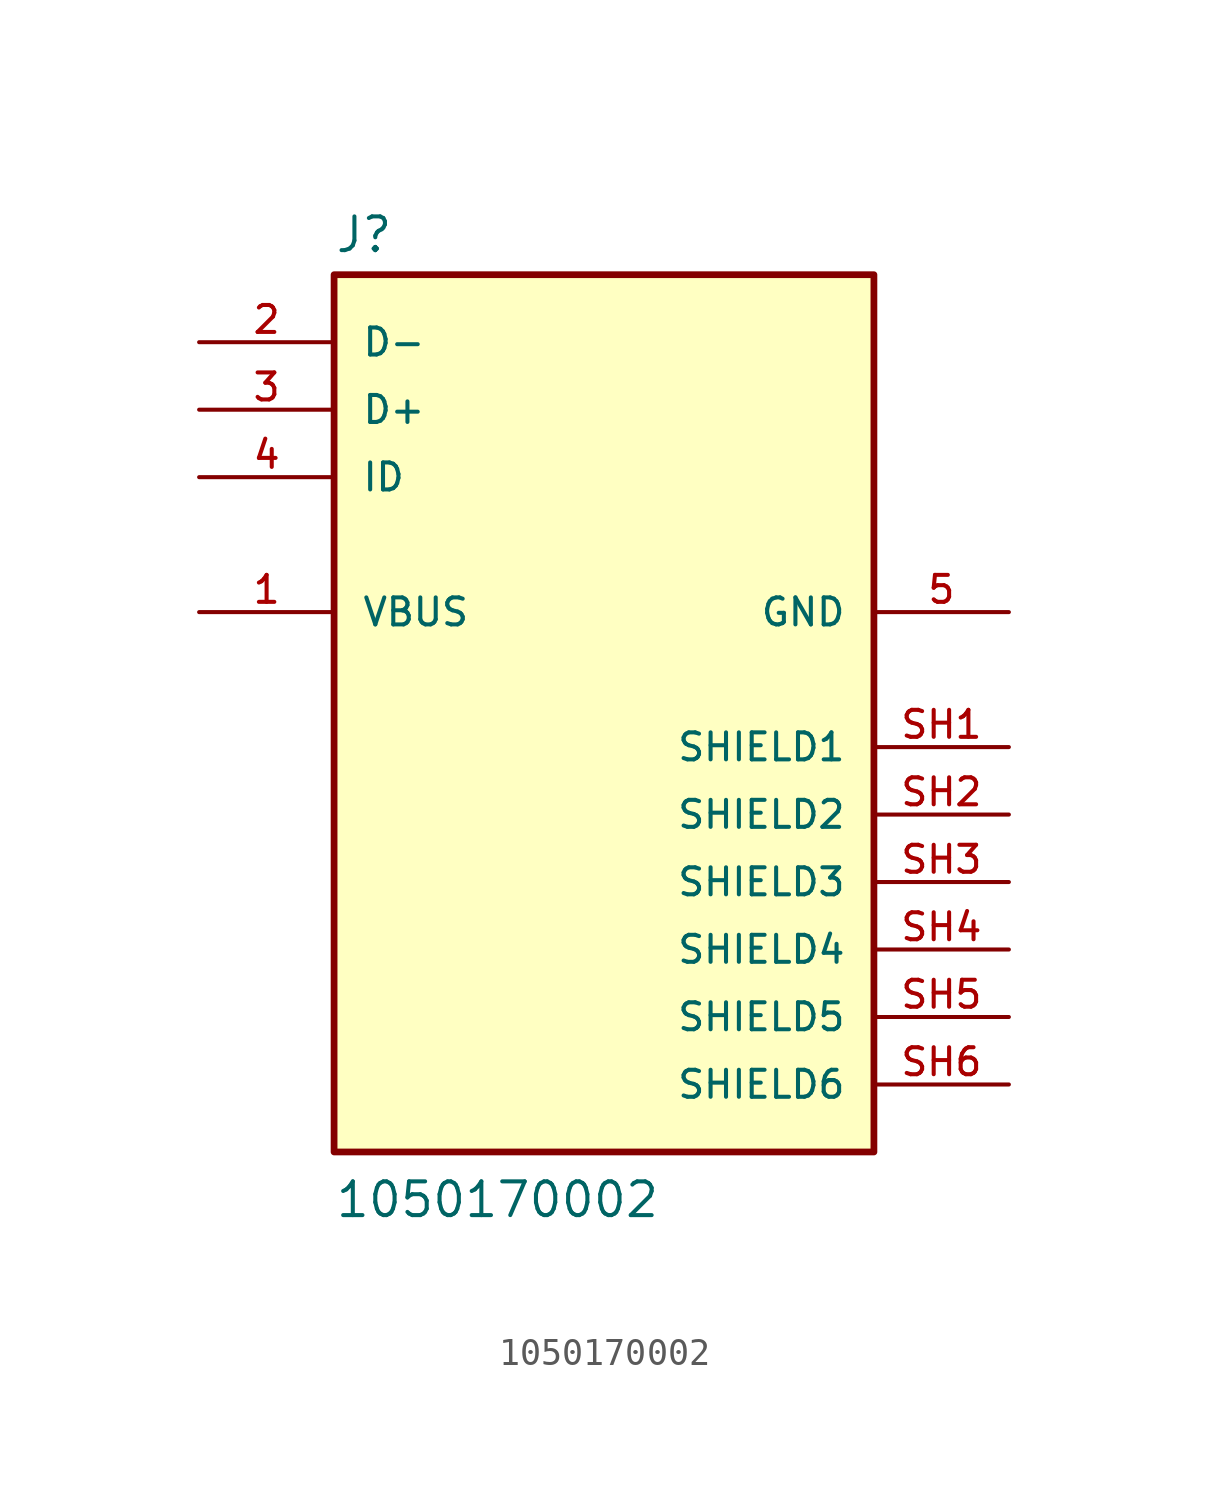
<source format=kicad_sym>
(kicad_symbol_lib
  (version 20211014)
  (generator kicad_symbol_editor)
  (symbol "1050170002"
    (pin_names
      (offset 1.016))
    (property "Reference" "J"
      (at -10.16 16.002 0)
      (effects (font (size 1.27 1.27)) (justify bottom left)))
    (property "Value" "1050170002"
      (at -10.16 -20.32 0)
      (effects (font (size 1.27 1.27)) (justify bottom left)))
    (symbol "1050170002_0_0"
      (rectangle (start -10.16 -17.78) (end 10.16 15.24) (stroke (width 0.254)) (fill (type background)))
      (pin bidirectional line (at -15.24 12.7 0) (length 5.08) (name "D-" (effects (font (size 1.016 1.016)))) (number "2" (effects (font (size 1.016 1.016)))))
      (pin bidirectional line (at -15.24 10.16 0) (length 5.08) (name "D+" (effects (font (size 1.016 1.016)))) (number "3" (effects (font (size 1.016 1.016)))))
      (pin bidirectional line (at -15.24 7.62 0) (length 5.08) (name "ID" (effects (font (size 1.016 1.016)))) (number "4" (effects (font (size 1.016 1.016)))))
      (pin power_in line (at -15.24 2.54 0) (length 5.08) (name "VBUS" (effects (font (size 1.016 1.016)))) (number "1" (effects (font (size 1.016 1.016)))))
      (pin power_in line (at 15.24 2.54 180.0) (length 5.08) (name "GND" (effects (font (size 1.016 1.016)))) (number "5" (effects (font (size 1.016 1.016)))))
      (pin passive line (at 15.24 -2.54 180.0) (length 5.08) (name "SHIELD1" (effects (font (size 1.016 1.016)))) (number "SH1" (effects (font (size 1.016 1.016)))))
      (pin passive line (at 15.24 -5.08 180.0) (length 5.08) (name "SHIELD2" (effects (font (size 1.016 1.016)))) (number "SH2" (effects (font (size 1.016 1.016)))))
      (pin passive line (at 15.24 -7.62 180.0) (length 5.08) (name "SHIELD3" (effects (font (size 1.016 1.016)))) (number "SH3" (effects (font (size 1.016 1.016)))))
      (pin passive line (at 15.24 -10.16 180.0) (length 5.08) (name "SHIELD4" (effects (font (size 1.016 1.016)))) (number "SH4" (effects (font (size 1.016 1.016)))))
      (pin passive line (at 15.24 -12.7 180.0) (length 5.08) (name "SHIELD5" (effects (font (size 1.016 1.016)))) (number "SH5" (effects (font (size 1.016 1.016)))))
      (pin passive line (at 15.24 -15.24 180.0) (length 5.08) (name "SHIELD6" (effects (font (size 1.016 1.016)))) (number "SH6" (effects (font (size 1.016 1.016))))))))
</source>
